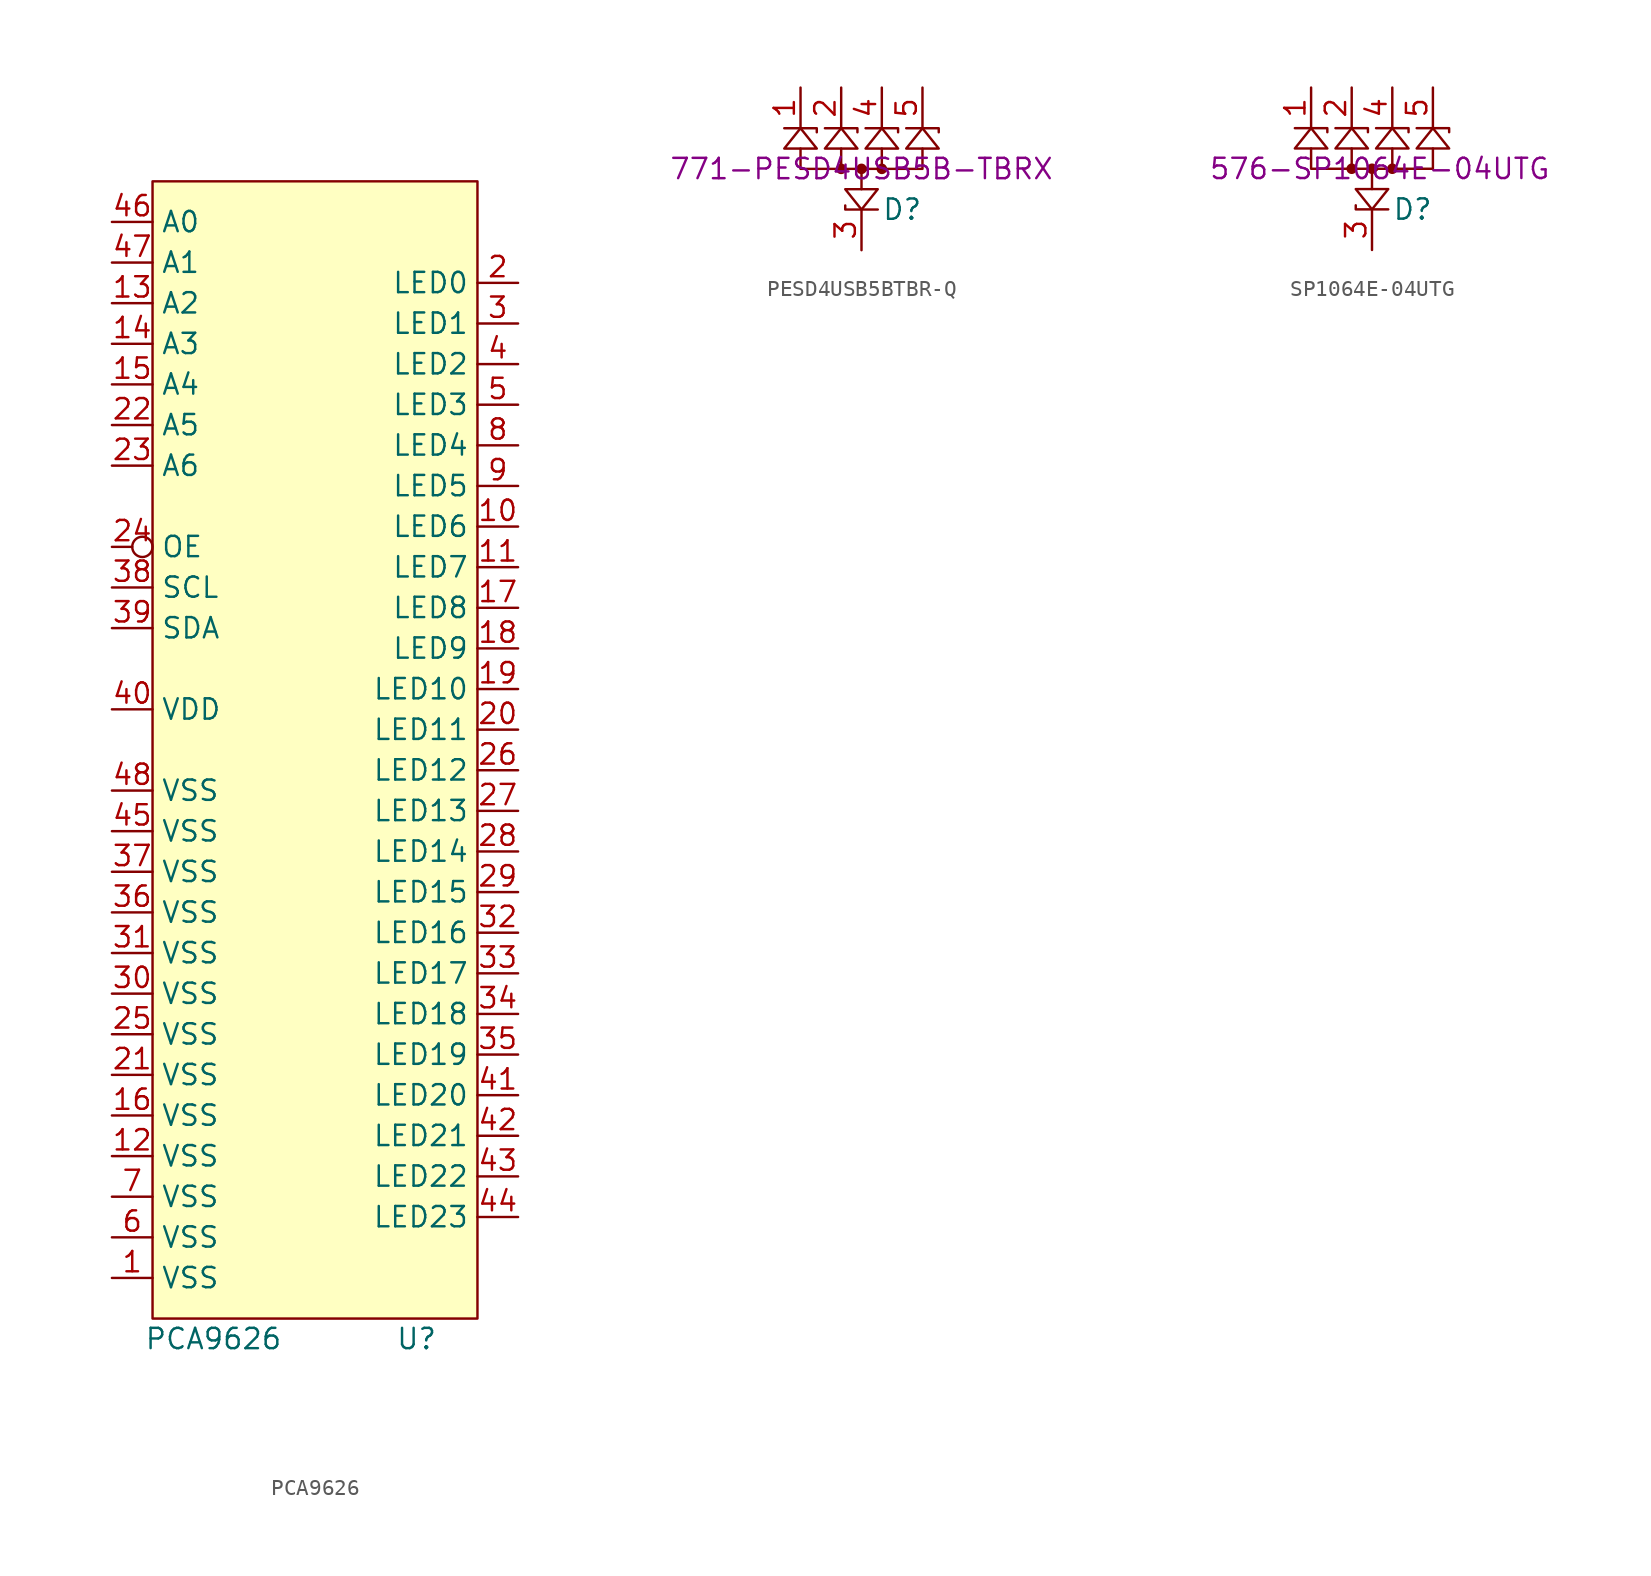
<source format=kicad_sym>
(kicad_symbol_lib
  (version 20220914)
  (generator kicad_symbol_editor)
  (symbol "PCA9626"
    (property "Reference" "U"
      (at 6.35 -30.48 0)
      (effects (font (size 1.27 1.27))))
    (property "Value" "PCA9626"
      (at -6.35 -30.48 0)
      (effects (font (size 1.27 1.27))))
    (symbol "PCA9626_1_0"
      (pin power_in line (at -12.7 -26.67 0) (length 2.54) (name "VSS" (effects (font (size 1.27 1.27)))) (number "1" (effects (font (size 1.27 1.27)))))
      (pin open_collector line (at 12.7 20.32 180) (length 2.54) (name "LED6" (effects (font (size 1.27 1.27)))) (number "10" (effects (font (size 1.27 1.27)))))
      (pin open_collector line (at 12.7 17.78 180) (length 2.54) (name "LED7" (effects (font (size 1.27 1.27)))) (number "11" (effects (font (size 1.27 1.27)))))
      (pin power_in line (at -12.7 -19.05 0) (length 2.54) (name "VSS" (effects (font (size 1.27 1.27)))) (number "12" (effects (font (size 1.27 1.27)))))
      (pin input line (at -12.7 34.29 0) (length 2.54) (name "A2" (effects (font (size 1.27 1.27)))) (number "13" (effects (font (size 1.27 1.27)))))
      (pin input line (at -12.7 31.75 0) (length 2.54) (name "A3" (effects (font (size 1.27 1.27)))) (number "14" (effects (font (size 1.27 1.27)))))
      (pin input line (at -12.7 29.21 0) (length 2.54) (name "A4" (effects (font (size 1.27 1.27)))) (number "15" (effects (font (size 1.27 1.27)))))
      (pin power_in line (at -12.7 -16.51 0) (length 2.54) (name "VSS" (effects (font (size 1.27 1.27)))) (number "16" (effects (font (size 1.27 1.27)))))
      (pin open_collector line (at 12.7 15.24 180) (length 2.54) (name "LED8" (effects (font (size 1.27 1.27)))) (number "17" (effects (font (size 1.27 1.27)))))
      (pin open_collector line (at 12.7 12.7 180) (length 2.54) (name "LED9" (effects (font (size 1.27 1.27)))) (number "18" (effects (font (size 1.27 1.27)))))
      (pin open_collector line (at 12.7 10.16 180) (length 2.54) (name "LED10" (effects (font (size 1.27 1.27)))) (number "19" (effects (font (size 1.27 1.27)))))
      (pin open_collector line (at 12.7 35.56 180) (length 2.54) (name "LED0" (effects (font (size 1.27 1.27)))) (number "2" (effects (font (size 1.27 1.27)))))
      (pin open_collector line (at 12.7 7.62 180) (length 2.54) (name "LED11" (effects (font (size 1.27 1.27)))) (number "20" (effects (font (size 1.27 1.27)))))
      (pin power_in line (at -12.7 -13.97 0) (length 2.54) (name "VSS" (effects (font (size 1.27 1.27)))) (number "21" (effects (font (size 1.27 1.27)))))
      (pin input line (at -12.7 26.67 0) (length 2.54) (name "A5" (effects (font (size 1.27 1.27)))) (number "22" (effects (font (size 1.27 1.27)))))
      (pin input line (at -12.7 24.13 0) (length 2.54) (name "A6" (effects (font (size 1.27 1.27)))) (number "23" (effects (font (size 1.27 1.27)))))
      (pin input inverted (at -12.7 19.05 0) (length 2.54) (name "OE" (effects (font (size 1.27 1.27)))) (number "24" (effects (font (size 1.27 1.27)))))
      (pin power_in line (at -12.7 -11.43 0) (length 2.54) (name "VSS" (effects (font (size 1.27 1.27)))) (number "25" (effects (font (size 1.27 1.27)))))
      (pin open_collector line (at 12.7 5.08 180) (length 2.54) (name "LED12" (effects (font (size 1.27 1.27)))) (number "26" (effects (font (size 1.27 1.27)))))
      (pin open_collector line (at 12.7 2.54 180) (length 2.54) (name "LED13" (effects (font (size 1.27 1.27)))) (number "27" (effects (font (size 1.27 1.27)))))
      (pin open_collector line (at 12.7 0 180) (length 2.54) (name "LED14" (effects (font (size 1.27 1.27)))) (number "28" (effects (font (size 1.27 1.27)))))
      (pin open_collector line (at 12.7 -2.54 180) (length 2.54) (name "LED15" (effects (font (size 1.27 1.27)))) (number "29" (effects (font (size 1.27 1.27)))))
      (pin open_collector line (at 12.7 33.02 180) (length 2.54) (name "LED1" (effects (font (size 1.27 1.27)))) (number "3" (effects (font (size 1.27 1.27)))))
      (pin power_in line (at -12.7 -8.89 0) (length 2.54) (name "VSS" (effects (font (size 1.27 1.27)))) (number "30" (effects (font (size 1.27 1.27)))))
      (pin power_in line (at -12.7 -6.35 0) (length 2.54) (name "VSS" (effects (font (size 1.27 1.27)))) (number "31" (effects (font (size 1.27 1.27)))))
      (pin open_collector line (at 12.7 -5.08 180) (length 2.54) (name "LED16" (effects (font (size 1.27 1.27)))) (number "32" (effects (font (size 1.27 1.27)))))
      (pin open_collector line (at 12.7 -7.62 180) (length 2.54) (name "LED17" (effects (font (size 1.27 1.27)))) (number "33" (effects (font (size 1.27 1.27)))))
      (pin open_collector line (at 12.7 -10.16 180) (length 2.54) (name "LED18" (effects (font (size 1.27 1.27)))) (number "34" (effects (font (size 1.27 1.27)))))
      (pin open_collector line (at 12.7 -12.7 180) (length 2.54) (name "LED19" (effects (font (size 1.27 1.27)))) (number "35" (effects (font (size 1.27 1.27)))))
      (pin power_in line (at -12.7 -3.81 0) (length 2.54) (name "VSS" (effects (font (size 1.27 1.27)))) (number "36" (effects (font (size 1.27 1.27)))))
      (pin power_in line (at -12.7 -1.27 0) (length 2.54) (name "VSS" (effects (font (size 1.27 1.27)))) (number "37" (effects (font (size 1.27 1.27)))))
      (pin open_collector line (at -12.7 16.51 0) (length 2.54) (name "SCL" (effects (font (size 1.27 1.27)))) (number "38" (effects (font (size 1.27 1.27)))))
      (pin open_collector line (at -12.7 13.97 0) (length 2.54) (name "SDA" (effects (font (size 1.27 1.27)))) (number "39" (effects (font (size 1.27 1.27)))))
      (pin open_collector line (at 12.7 30.48 180) (length 2.54) (name "LED2" (effects (font (size 1.27 1.27)))) (number "4" (effects (font (size 1.27 1.27)))))
      (pin power_in line (at -12.7 8.89 0) (length 2.54) (name "VDD" (effects (font (size 1.27 1.27)))) (number "40" (effects (font (size 1.27 1.27)))))
      (pin open_collector line (at 12.7 -15.24 180) (length 2.54) (name "LED20" (effects (font (size 1.27 1.27)))) (number "41" (effects (font (size 1.27 1.27)))))
      (pin open_collector line (at 12.7 -17.78 180) (length 2.54) (name "LED21" (effects (font (size 1.27 1.27)))) (number "42" (effects (font (size 1.27 1.27)))))
      (pin open_collector line (at 12.7 -20.32 180) (length 2.54) (name "LED22" (effects (font (size 1.27 1.27)))) (number "43" (effects (font (size 1.27 1.27)))))
      (pin open_collector line (at 12.7 -22.86 180) (length 2.54) (name "LED23" (effects (font (size 1.27 1.27)))) (number "44" (effects (font (size 1.27 1.27)))))
      (pin power_in line (at -12.7 1.27 0) (length 2.54) (name "VSS" (effects (font (size 1.27 1.27)))) (number "45" (effects (font (size 1.27 1.27)))))
      (pin input line (at -12.7 39.37 0) (length 2.54) (name "A0" (effects (font (size 1.27 1.27)))) (number "46" (effects (font (size 1.27 1.27)))))
      (pin input line (at -12.7 36.83 0) (length 2.54) (name "A1" (effects (font (size 1.27 1.27)))) (number "47" (effects (font (size 1.27 1.27)))))
      (pin power_in line (at -12.7 3.81 0) (length 2.54) (name "VSS" (effects (font (size 1.27 1.27)))) (number "48" (effects (font (size 1.27 1.27)))))
      (pin open_collector line (at 12.7 27.94 180) (length 2.54) (name "LED3" (effects (font (size 1.27 1.27)))) (number "5" (effects (font (size 1.27 1.27)))))
      (pin power_in line (at -12.7 -24.13 0) (length 2.54) (name "VSS" (effects (font (size 1.27 1.27)))) (number "6" (effects (font (size 1.27 1.27)))))
      (pin power_in line (at -12.7 -21.59 0) (length 2.54) (name "VSS" (effects (font (size 1.27 1.27)))) (number "7" (effects (font (size 1.27 1.27)))))
      (pin open_collector line (at 12.7 25.4 180) (length 2.54) (name "LED4" (effects (font (size 1.27 1.27)))) (number "8" (effects (font (size 1.27 1.27)))))
      (pin open_collector line (at 12.7 22.86 180) (length 2.54) (name "LED5" (effects (font (size 1.27 1.27)))) (number "9" (effects (font (size 1.27 1.27))))))
    (symbol "PCA9626_1_1"
      (rectangle (start -10.16 41.91) (end 10.16 -29.21) (stroke (width 0) (type default)) (fill (type background)))))
  (symbol "PESD4USB5BTBR-Q"
    (pin_names hide)
    (property "Reference" "D"
      (at 2.54 -2.54 0)
      (effects (font (size 1.27 1.27))))
    (property "Value" ""
      (at 0 0 0)
      (effects (font (size 1.27 1.27))))
    (property "Mouser" "771-PESD4USB5B-TBRX"
      (at 0 0 0)
      (effects (font (size 1.27 1.27))))
    (symbol "PESD4USB5BTBR-Q_0_0"
      (pin bidirectional line (at -3.81 5.08 270) (length 2.54) (name "Ch.1" (effects (font (size 1.27 1.27)))) (number "1" (effects (font (size 1.27 1.27)))))
      (pin bidirectional line (at -1.27 5.08 270) (length 2.54) (name "Ch.2" (effects (font (size 1.27 1.27)))) (number "2" (effects (font (size 1.27 1.27)))))
      (pin bidirectional line (at 1.27 5.08 270) (length 2.54) (name "Ch.3" (effects (font (size 1.27 1.27)))) (number "4" (effects (font (size 1.27 1.27)))))
      (pin bidirectional line (at 3.81 5.08 270) (length 2.54) (name "Ch.4" (effects (font (size 1.27 1.27)))) (number "5" (effects (font (size 1.27 1.27))))))
    (symbol "PESD4USB5BTBR-Q_0_1"
      (polyline (pts (xy -4.826 2.54) (xy -2.794 2.54) (xy -2.794 2.286)) (stroke (width 0) (type default)) (fill (type none)))
      (polyline (pts (xy -2.286 2.54) (xy -0.254 2.54) (xy -0.254 2.286)) (stroke (width 0) (type default)) (fill (type none)))
      (polyline (pts (xy 0.254 2.54) (xy 2.286 2.54) (xy 2.286 2.286)) (stroke (width 0) (type default)) (fill (type none)))
      (polyline (pts (xy 1.016 -2.54) (xy -1.016 -2.54) (xy -1.016 -2.286)) (stroke (width 0) (type default)) (fill (type none)))
      (polyline (pts (xy 2.794 2.54) (xy 4.826 2.54) (xy 4.826 2.286)) (stroke (width 0) (type default)) (fill (type none)))
      (polyline (pts (xy -3.81 2.54) (xy -4.826 1.27) (xy -2.794 1.27) (xy -3.81 2.54)) (stroke (width 0) (type default)) (fill (type none)))
      (polyline (pts (xy -1.27 2.54) (xy -2.286 1.27) (xy -0.254 1.27) (xy -1.27 2.54)) (stroke (width 0) (type default)) (fill (type none)))
      (polyline (pts (xy 0 -2.54) (xy 1.016 -1.27) (xy -1.016 -1.27) (xy 0 -2.54)) (stroke (width 0) (type default)) (fill (type none)))
      (polyline (pts (xy 1.27 2.54) (xy 0.254 1.27) (xy 2.286 1.27) (xy 1.27 2.54)) (stroke (width 0) (type default)) (fill (type none)))
      (polyline (pts (xy 3.81 2.54) (xy 2.794 1.27) (xy 4.826 1.27) (xy 3.81 2.54)) (stroke (width 0) (type default)) (fill (type none)))
      (polyline (pts (xy -3.81 1.27) (xy -3.81 0.254) (xy -3.81 0) (xy 0 0) (xy 0 -1.27)) (stroke (width 0) (type default)) (fill (type none)))
      (circle (center 0.254 0) (radius 0.0001) (stroke (width 0) (type default)) (fill (type none))))
    (symbol "PESD4USB5BTBR-Q_1_0"
      (pin power_in line (at 0 -5.08 90) (length 2.54) (name "GND" (effects (font (size 1.27 1.27)))) (number "3" (effects (font (size 1.27 1.27)))))
      (pin power_in line (at 0 -5.08 90) (length 2.54) hide (name "GND" (effects (font (size 1.27 1.27)))) (number "8" (effects (font (size 1.27 1.27))))))
    (symbol "PESD4USB5BTBR-Q_1_1"
      (circle (center -1.27 0) (radius 0.254) (stroke (width 0) (type default)) (fill (type outline)))
      (polyline (pts (xy -1.27 1.27) (xy -1.27 0)) (stroke (width 0) (type default)) (fill (type none)))
      (polyline (pts (xy 1.27 1.27) (xy 1.27 0) (xy 0 0)) (stroke (width 0) (type default)) (fill (type none)))
      (polyline (pts (xy 3.81 1.27) (xy 3.81 0) (xy 1.27 0)) (stroke (width 0) (type default)) (fill (type none)))
      (circle (center 0 0) (radius 0.254) (stroke (width 0) (type default)) (fill (type outline)))
      (circle (center 1.27 0) (radius 0.254) (stroke (width 0) (type default)) (fill (type outline)))))
  (symbol "SP1064E-04UTG"
    (pin_names hide)
    (property "Reference" "D"
      (at 2.54 -2.54 0)
      (effects (font (size 1.27 1.27))))
    (property "Value" ""
      (at 0 0 0)
      (effects (font (size 1.27 1.27))))
    (property "Mouser" " 576-SP1064E-04UTG"
      (at 0 0 0)
      (effects (font (size 1.27 1.27))))
    (symbol "SP1064E-04UTG_0_0"
      (pin bidirectional line (at -3.81 5.08 270) (length 2.54) (name "Ch.1" (effects (font (size 1.27 1.27)))) (number "1" (effects (font (size 1.27 1.27)))))
      (pin bidirectional line (at -1.27 5.08 270) (length 2.54) (name "Ch.2" (effects (font (size 1.27 1.27)))) (number "2" (effects (font (size 1.27 1.27)))))
      (pin bidirectional line (at 1.27 5.08 270) (length 2.54) (name "Ch.3" (effects (font (size 1.27 1.27)))) (number "4" (effects (font (size 1.27 1.27)))))
      (pin bidirectional line (at 3.81 5.08 270) (length 2.54) (name "Ch.4" (effects (font (size 1.27 1.27)))) (number "5" (effects (font (size 1.27 1.27))))))
    (symbol "SP1064E-04UTG_0_1"
      (polyline (pts (xy -4.826 2.54) (xy -2.794 2.54) (xy -2.794 2.286)) (stroke (width 0) (type default)) (fill (type none)))
      (polyline (pts (xy -2.286 2.54) (xy -0.254 2.54) (xy -0.254 2.286)) (stroke (width 0) (type default)) (fill (type none)))
      (polyline (pts (xy 0.254 2.54) (xy 2.286 2.54) (xy 2.286 2.286)) (stroke (width 0) (type default)) (fill (type none)))
      (polyline (pts (xy 1.016 -2.54) (xy -1.016 -2.54) (xy -1.016 -2.286)) (stroke (width 0) (type default)) (fill (type none)))
      (polyline (pts (xy 2.794 2.54) (xy 4.826 2.54) (xy 4.826 2.286)) (stroke (width 0) (type default)) (fill (type none)))
      (polyline (pts (xy -3.81 2.54) (xy -4.826 1.27) (xy -2.794 1.27) (xy -3.81 2.54)) (stroke (width 0) (type default)) (fill (type none)))
      (polyline (pts (xy -1.27 2.54) (xy -2.286 1.27) (xy -0.254 1.27) (xy -1.27 2.54)) (stroke (width 0) (type default)) (fill (type none)))
      (polyline (pts (xy 0 -2.54) (xy 1.016 -1.27) (xy -1.016 -1.27) (xy 0 -2.54)) (stroke (width 0) (type default)) (fill (type none)))
      (polyline (pts (xy 1.27 2.54) (xy 0.254 1.27) (xy 2.286 1.27) (xy 1.27 2.54)) (stroke (width 0) (type default)) (fill (type none)))
      (polyline (pts (xy 3.81 2.54) (xy 2.794 1.27) (xy 4.826 1.27) (xy 3.81 2.54)) (stroke (width 0) (type default)) (fill (type none)))
      (polyline (pts (xy -3.81 1.27) (xy -3.81 0.254) (xy -3.81 0) (xy 0 0) (xy 0 -1.27)) (stroke (width 0) (type default)) (fill (type none)))
      (circle (center 0.254 0) (radius 0.0001) (stroke (width 0) (type default)) (fill (type none))))
    (symbol "SP1064E-04UTG_1_0"
      (pin power_in line (at 0 -5.08 90) (length 2.54) (name "GND" (effects (font (size 1.27 1.27)))) (number "3" (effects (font (size 1.27 1.27)))))
      (pin power_in line (at 0 -5.08 90) (length 2.54) hide (name "GND" (effects (font (size 1.27 1.27)))) (number "8" (effects (font (size 1.27 1.27))))))
    (symbol "SP1064E-04UTG_1_1"
      (circle (center -1.27 0) (radius 0.254) (stroke (width 0) (type default)) (fill (type outline)))
      (polyline (pts (xy -1.27 1.27) (xy -1.27 0)) (stroke (width 0) (type default)) (fill (type none)))
      (polyline (pts (xy 1.27 1.27) (xy 1.27 0) (xy 0 0)) (stroke (width 0) (type default)) (fill (type none)))
      (polyline (pts (xy 3.81 1.27) (xy 3.81 0) (xy 1.27 0)) (stroke (width 0) (type default)) (fill (type none)))
      (circle (center 0 0) (radius 0.254) (stroke (width 0) (type default)) (fill (type outline)))
      (circle (center 1.27 0) (radius 0.254) (stroke (width 0) (type default)) (fill (type outline))))))
</source>
